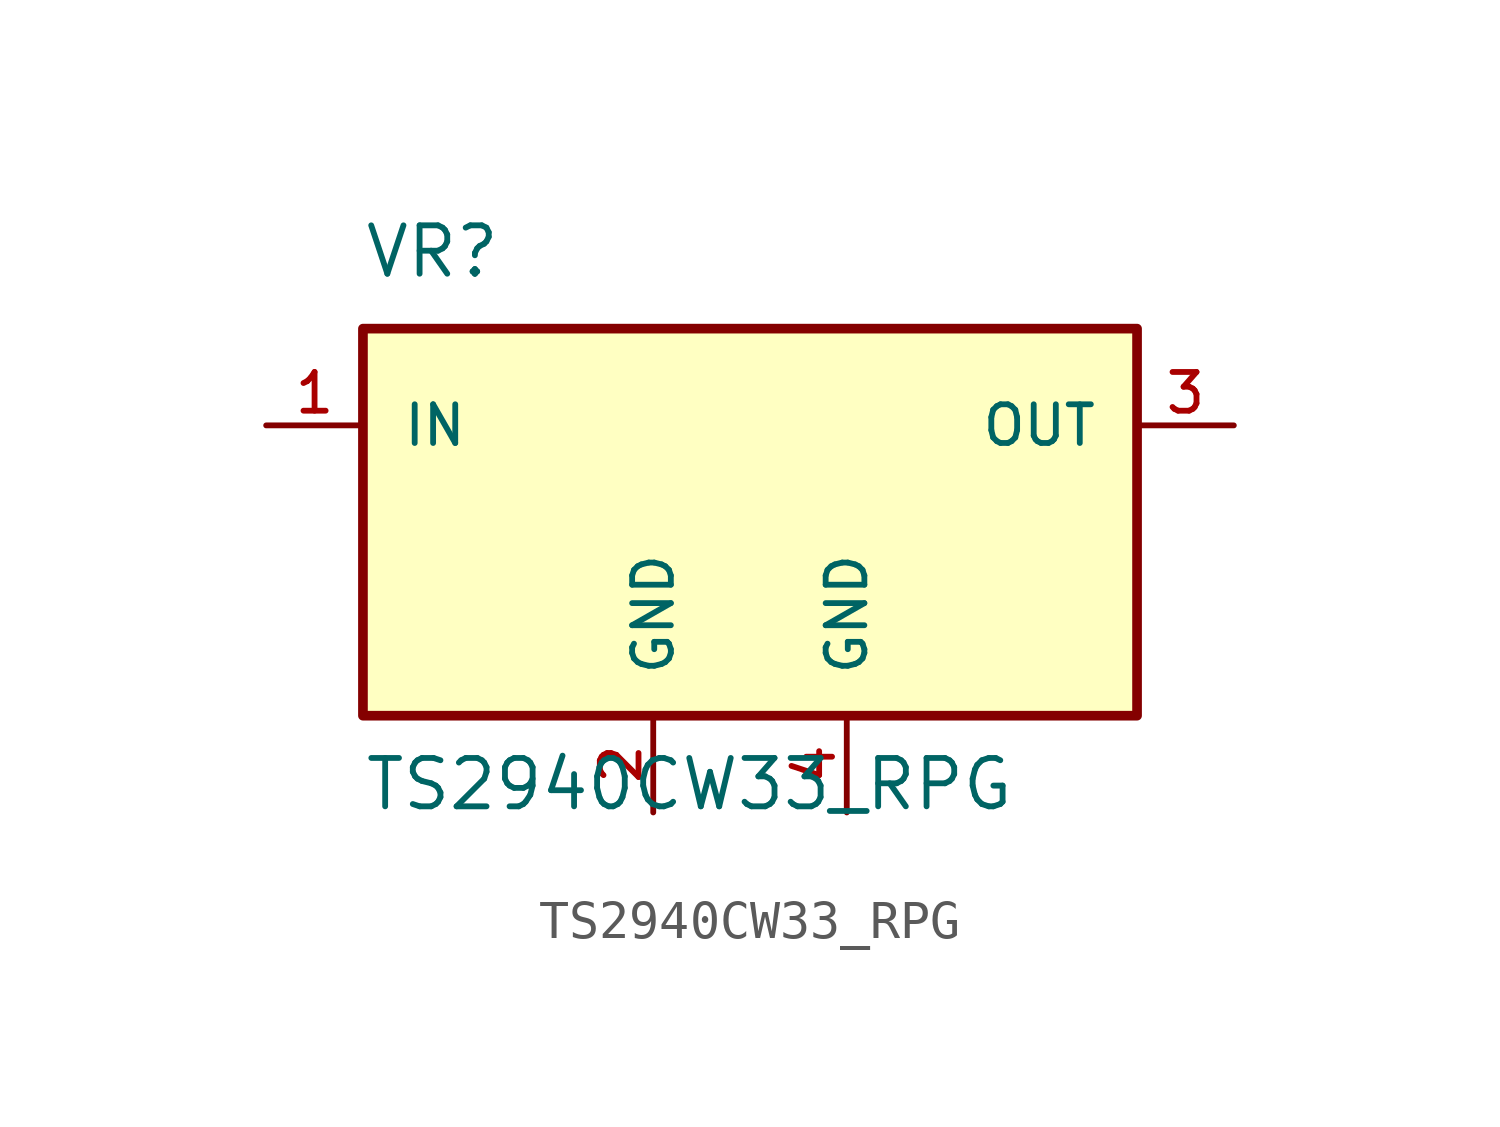
<source format=kicad_sym>
(kicad_symbol_lib
  (version 20231120)
  (generator "kicad_symbol_editor")
  (generator_version "8.0")
  (symbol "TS2940CW33_RPG"
    (pin_names
      (offset 1.016))
    (property "Reference" "VR"
      (at -10.164 6.358 0)
      (effects (font (size 1.27 1.27)) (justify left bottom)))
    (property "Value" "TS2940CW33_RPG"
      (at -10.161 -7.623 0)
      (effects (font (size 1.27 1.27)) (justify left bottom)))
    (symbol "TS2940CW33_RPG_0_0"
      (rectangle (start -10.16 -5.08) (end 10.16 5.08) (stroke (width 0.254) (type default)) (fill (type background))))
    (symbol "TS2940CW33_RPG_1_0"
      (pin power_in line (at -12.7 2.54 0) (length 2.54) (name "IN" (effects (font (size 1.016 1.016)))) (number "1" (effects (font (size 1.016 1.016)))))
      (pin passive line (at -2.54 -7.62 90) (length 2.54) (name "GND" (effects (font (size 1.016 1.016)))) (number "2" (effects (font (size 1.016 1.016)))))
      (pin power_out line (at 12.7 2.54 180) (length 2.54) (name "OUT" (effects (font (size 1.016 1.016)))) (number "3" (effects (font (size 1.016 1.016)))))
      (pin power_in line (at 2.54 -7.62 90) (length 2.54) (name "GND" (effects (font (size 1.016 1.016)))) (number "4" (effects (font (size 1.016 1.016))))))))
</source>
